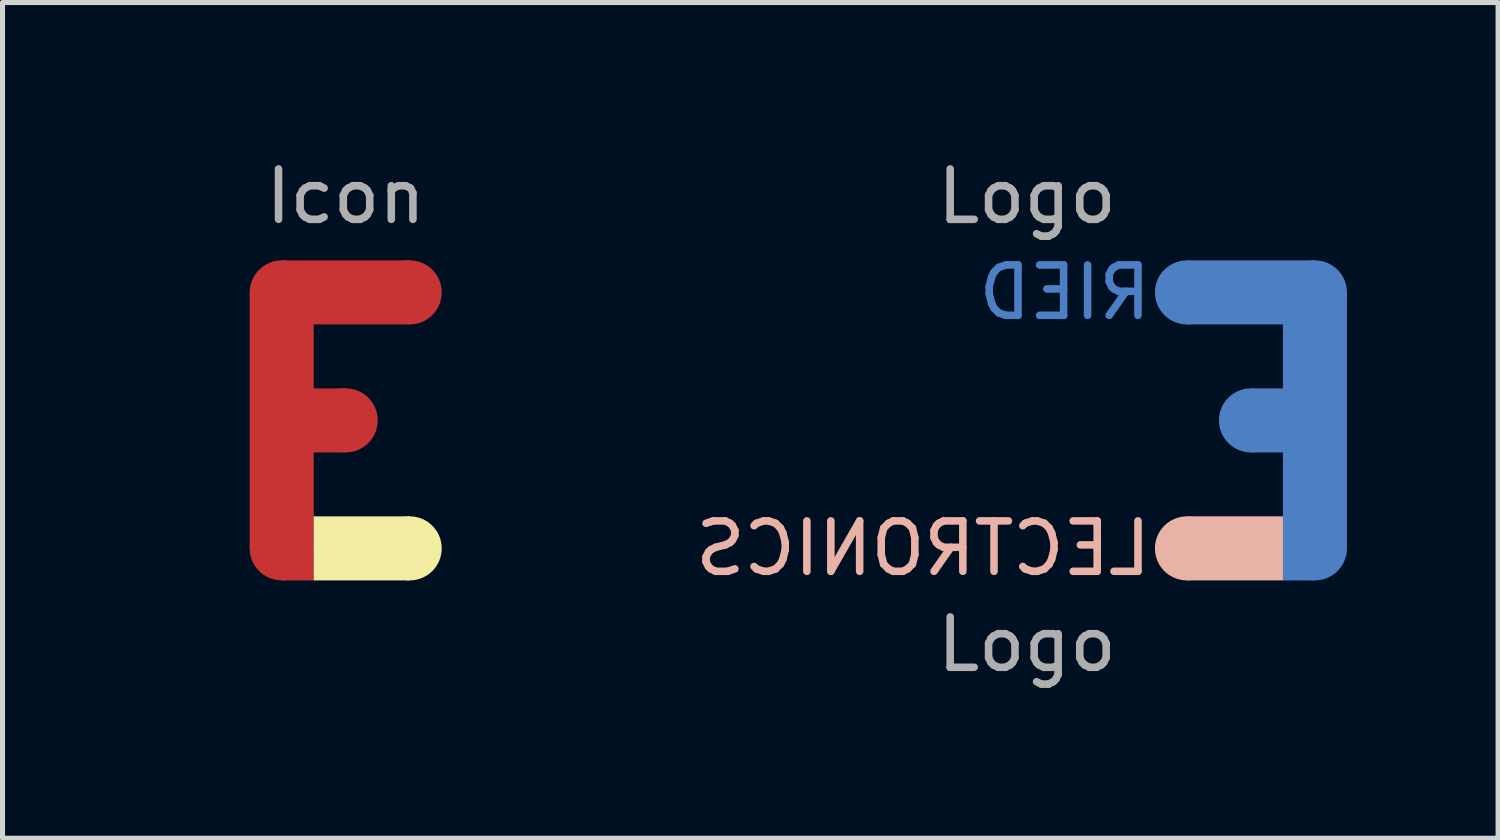
<source format=kicad_pcb>
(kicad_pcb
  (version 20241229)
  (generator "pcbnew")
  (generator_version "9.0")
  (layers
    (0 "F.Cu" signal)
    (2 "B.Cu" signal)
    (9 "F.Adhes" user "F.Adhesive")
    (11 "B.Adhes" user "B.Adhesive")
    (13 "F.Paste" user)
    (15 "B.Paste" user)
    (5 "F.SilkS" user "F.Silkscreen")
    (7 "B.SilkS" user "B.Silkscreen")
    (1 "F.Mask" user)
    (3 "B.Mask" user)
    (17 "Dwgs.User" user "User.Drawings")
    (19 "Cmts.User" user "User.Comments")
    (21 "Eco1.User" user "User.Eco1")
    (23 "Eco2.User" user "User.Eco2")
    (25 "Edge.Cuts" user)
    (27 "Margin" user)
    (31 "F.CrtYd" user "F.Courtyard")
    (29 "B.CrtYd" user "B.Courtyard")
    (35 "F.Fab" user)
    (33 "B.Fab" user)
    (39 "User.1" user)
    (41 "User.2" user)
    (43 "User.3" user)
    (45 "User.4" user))
  (footprint "Logo"
    (layer "F.Cu")
    (at 17.331 5.293)
    (property "Reference" "Logo" (at 0 -4.445 0) (unlocked yes) (layer "F.Fab") (effects (font (size 1 1) (thickness 0.15))))
    (attr smd)
    (fp_circle (center 3.175 -2.54) (end 3.81 -2.54) (stroke (width 0.001) (type solid)) (fill yes) (layer "B.Cu"))
    (fp_circle (center 4.445 0) (end 5.08 0) (stroke (width 0.001) (type solid)) (fill yes) (layer "B.Cu"))
    (fp_circle (center 5.715 -2.54) (end 6.35 -2.54) (stroke (width 0.001) (type solid)) (fill yes) (layer "B.Cu"))
    (fp_circle (center 5.715 2.54) (end 6.35 2.54) (stroke (width 0.001) (type solid)) (fill yes) (layer "B.Cu"))
    (fp_poly (pts (xy 6.35 -2.54) (xy 6.35 2.54) (xy 5.715 3.175) (xy 5.08 3.175) (xy 5.08 0.635) (xy 4.445 0.635) (xy 4.445 -0.635) (xy 5.08 -0.635) (xy 5.08 -1.905) (xy 3.175 -1.905) (xy 3.175 -3.175) (xy 5.715 -3.175)) (stroke (width 0.001) (type solid)) (fill yes) (layer "B.Cu"))
    (fp_circle (center 3.175 -2.54) (end 3.81 -2.54) (stroke (width 0.001) (type solid)) (fill yes) (layer "B.Mask"))
    (fp_circle (center 4.445 0) (end 5.08 0) (stroke (width 0.001) (type solid)) (fill yes) (layer "B.Mask"))
    (fp_circle (center 5.715 -2.54) (end 6.35 -2.54) (stroke (width 0.001) (type solid)) (fill yes) (layer "B.Mask"))
    (fp_circle (center 5.715 2.54) (end 6.35 2.54) (stroke (width 0.001) (type solid)) (fill yes) (layer "B.Mask"))
    (fp_poly (pts (xy 6.35 -2.54) (xy 6.35 2.54) (xy 5.715 3.175) (xy 5.08 3.175) (xy 5.08 0.635) (xy 4.445 0.635) (xy 4.445 -0.635) (xy 5.08 -0.635) (xy 5.08 -1.905) (xy 3.175 -1.905) (xy 3.175 -3.175) (xy 5.715 -3.175)) (stroke (width 0.001) (type solid)) (fill yes) (layer "B.Mask"))
    (fp_circle (center 3.175 2.54) (end 3.81 2.54) (stroke (width 0.001) (type solid)) (fill yes) (layer "B.SilkS"))
    (fp_poly (pts (xy 5.08 3.175) (xy 3.175 3.175) (xy 3.175 1.905) (xy 5.08 1.905)) (stroke (width 0.001) (type solid)) (fill yes) (layer "B.SilkS"))
    (fp_text user "RIED" (at 2.54 -2.54 0) (layer "B.Cu") (effects (font (size 1 1) (thickness 0.15)) (justify left mirror)))
    (fp_text user "RIED" (at 2.54 -2.54 0) (layer "B.Mask") (effects (font (size 1 1) (thickness 0.15)) (justify left mirror)))
    (fp_text user "LECTRONICS" (at 2.54 2.54 0) (layer "B.SilkS") (effects (font (size 1 1) (thickness 0.15)) (justify left mirror)))
    (fp_text user "${REFERENCE}" (at 0 4.445 0) (unlocked yes) (layer "F.Fab") (effects (font (size 1 1) (thickness 0.15)))))
  (footprint "Icon"
    (layer "F.Cu")
    (at 3.811 5.293)
    (property "Reference" "Icon" (at 0 -4.445 0) (unlocked yes) (layer "F.Fab") (effects (font (size 1 1) (thickness 0.15))))
    (attr smd)
    (fp_circle (center -1.27 -2.54) (end -1.905 -2.54) (stroke (width 0.001) (type solid)) (fill yes) (layer "F.Cu"))
    (fp_circle (center -1.27 2.54) (end -1.905 2.54) (stroke (width 0.001) (type solid)) (fill yes) (layer "F.Cu"))
    (fp_circle (center 0 0) (end -0.635 0) (stroke (width 0.001) (type solid)) (fill yes) (layer "F.Cu"))
    (fp_circle (center 1.27 -2.54) (end 0.635 -2.54) (stroke (width 0.001) (type solid)) (fill yes) (layer "F.Cu"))
    (fp_poly (pts (xy -1.905 -2.54) (xy -1.905 2.54) (xy -1.27 3.175) (xy -0.635 3.175) (xy -0.635 0.635) (xy 0 0.635) (xy 0 -0.635) (xy -0.635 -0.635) (xy -0.635 -1.905) (xy 1.27 -1.905) (xy 1.27 -3.175) (xy -1.27 -3.175)) (stroke (width 0.001) (type solid)) (fill yes) (layer "F.Cu"))
    (fp_circle (center -3.175 -3.175) (end -2.54 -3.175) (stroke (width 0.001) (type solid)) (fill yes) (layer "F.Mask"))
    (fp_circle (center -3.175 3.175) (end -2.54 3.175) (stroke (width 0.001) (type solid)) (fill yes) (layer "F.Mask"))
    (fp_circle (center -1.27 -2.54) (end -1.905 -2.54) (stroke (width 0.001) (type solid)) (fill yes) (layer "F.Mask"))
    (fp_circle (center -1.27 2.54) (end -1.905 2.54) (stroke (width 0.001) (type solid)) (fill yes) (layer "F.Mask"))
    (fp_circle (center 0 0) (end -0.635 0) (stroke (width 0.001) (type solid)) (fill yes) (layer "F.Mask"))
    (fp_circle (center 1.27 -2.54) (end 0.635 -2.54) (stroke (width 0.001) (type solid)) (fill yes) (layer "F.Mask"))
    (fp_circle (center 3.175 -3.175) (end 3.81 -3.175) (stroke (width 0.001) (type solid)) (fill yes) (layer "F.Mask"))
    (fp_circle (center 3.175 3.175) (end 3.81 3.175) (stroke (width 0.001) (type solid)) (fill yes) (layer "F.Mask"))
    (fp_poly (pts (xy 3.81 -3.175) (xy 3.81 3.175) (xy 3.175 3.81) (xy -3.175 3.81) (xy -3.81 3.175) (xy -3.81 -3.175) (xy -3.175 -3.81) (xy 3.175 -3.81)) (stroke (width 0.001) (type solid)) (fill yes) (layer "F.Mask"))
    (fp_poly (pts (xy -1.905 -2.54) (xy -1.905 2.54) (xy -1.27 3.175) (xy -0.635 3.175) (xy -0.635 0.635) (xy 0 0.635) (xy 0 -0.635) (xy -0.635 -0.635) (xy -0.635 -1.905) (xy 1.27 -1.905) (xy 1.27 -3.175) (xy -1.27 -3.175)) (stroke (width 0.001) (type solid)) (fill yes) (layer "F.Mask"))
    (fp_circle (center 1.27 2.54) (end 0.635 2.54) (stroke (width 0.001) (type solid)) (fill yes) (layer "F.SilkS"))
    (fp_poly (pts (xy -0.635 3.175) (xy 1.27 3.175) (xy 1.27 1.905) (xy -0.635 1.905)) (stroke (width 0.001) (type solid)) (fill yes) (layer "F.SilkS")))
  (gr_rect
    (start -3 -3)
    (end 26.681 13.586)
    (stroke (width 0.1) (type default))
    (fill no)
    (layer "Edge.Cuts")))
</source>
